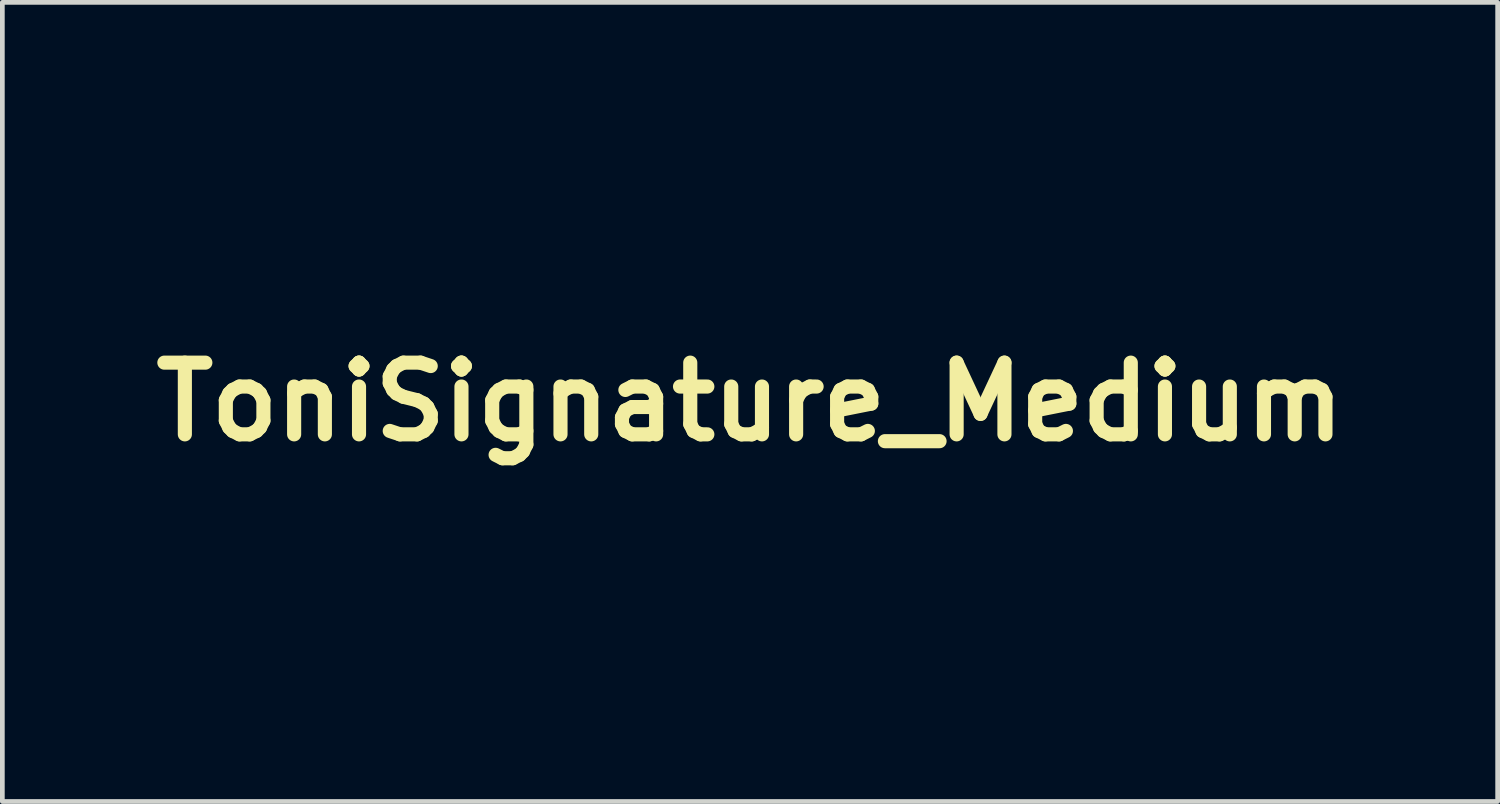
<source format=kicad_pcb>
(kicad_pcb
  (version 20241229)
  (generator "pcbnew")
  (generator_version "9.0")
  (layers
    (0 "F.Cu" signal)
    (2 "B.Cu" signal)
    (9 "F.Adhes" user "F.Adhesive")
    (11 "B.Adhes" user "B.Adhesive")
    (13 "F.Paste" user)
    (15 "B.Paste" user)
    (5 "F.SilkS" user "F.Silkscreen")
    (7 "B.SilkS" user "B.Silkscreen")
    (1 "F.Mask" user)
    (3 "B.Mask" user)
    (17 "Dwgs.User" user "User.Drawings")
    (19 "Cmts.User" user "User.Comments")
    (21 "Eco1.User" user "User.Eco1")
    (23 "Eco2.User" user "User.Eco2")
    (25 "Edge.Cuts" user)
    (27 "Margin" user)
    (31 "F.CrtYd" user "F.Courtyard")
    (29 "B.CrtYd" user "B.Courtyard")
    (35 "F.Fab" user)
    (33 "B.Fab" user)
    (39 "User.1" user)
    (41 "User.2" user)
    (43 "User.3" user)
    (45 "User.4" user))
  (footprint "ToniSignature_Medium"
    (layer "F.Cu")
    (at 12.889 5.491)
    (property "Reference" "ToniSignature_Medium" (at 0 0 0) (layer "F.SilkS") (effects (font (size 1.524 1.524) (thickness 0.3))))
    (attr through_hole)
    (fp_poly (pts (xy 1.707 5.486) (xy -1.707 5.486) (xy -1.707 -5.486) (xy 1.707 -5.486) (xy 1.707 5.486)) (stroke (width 0.01) (type solid)) (fill no) (layer "Eco2.User")))
  (gr_rect
    (start -3 -3)
    (end 28.777 13.983)
    (stroke (width 0.1) (type default))
    (fill no)
    (layer "Edge.Cuts")))
</source>
